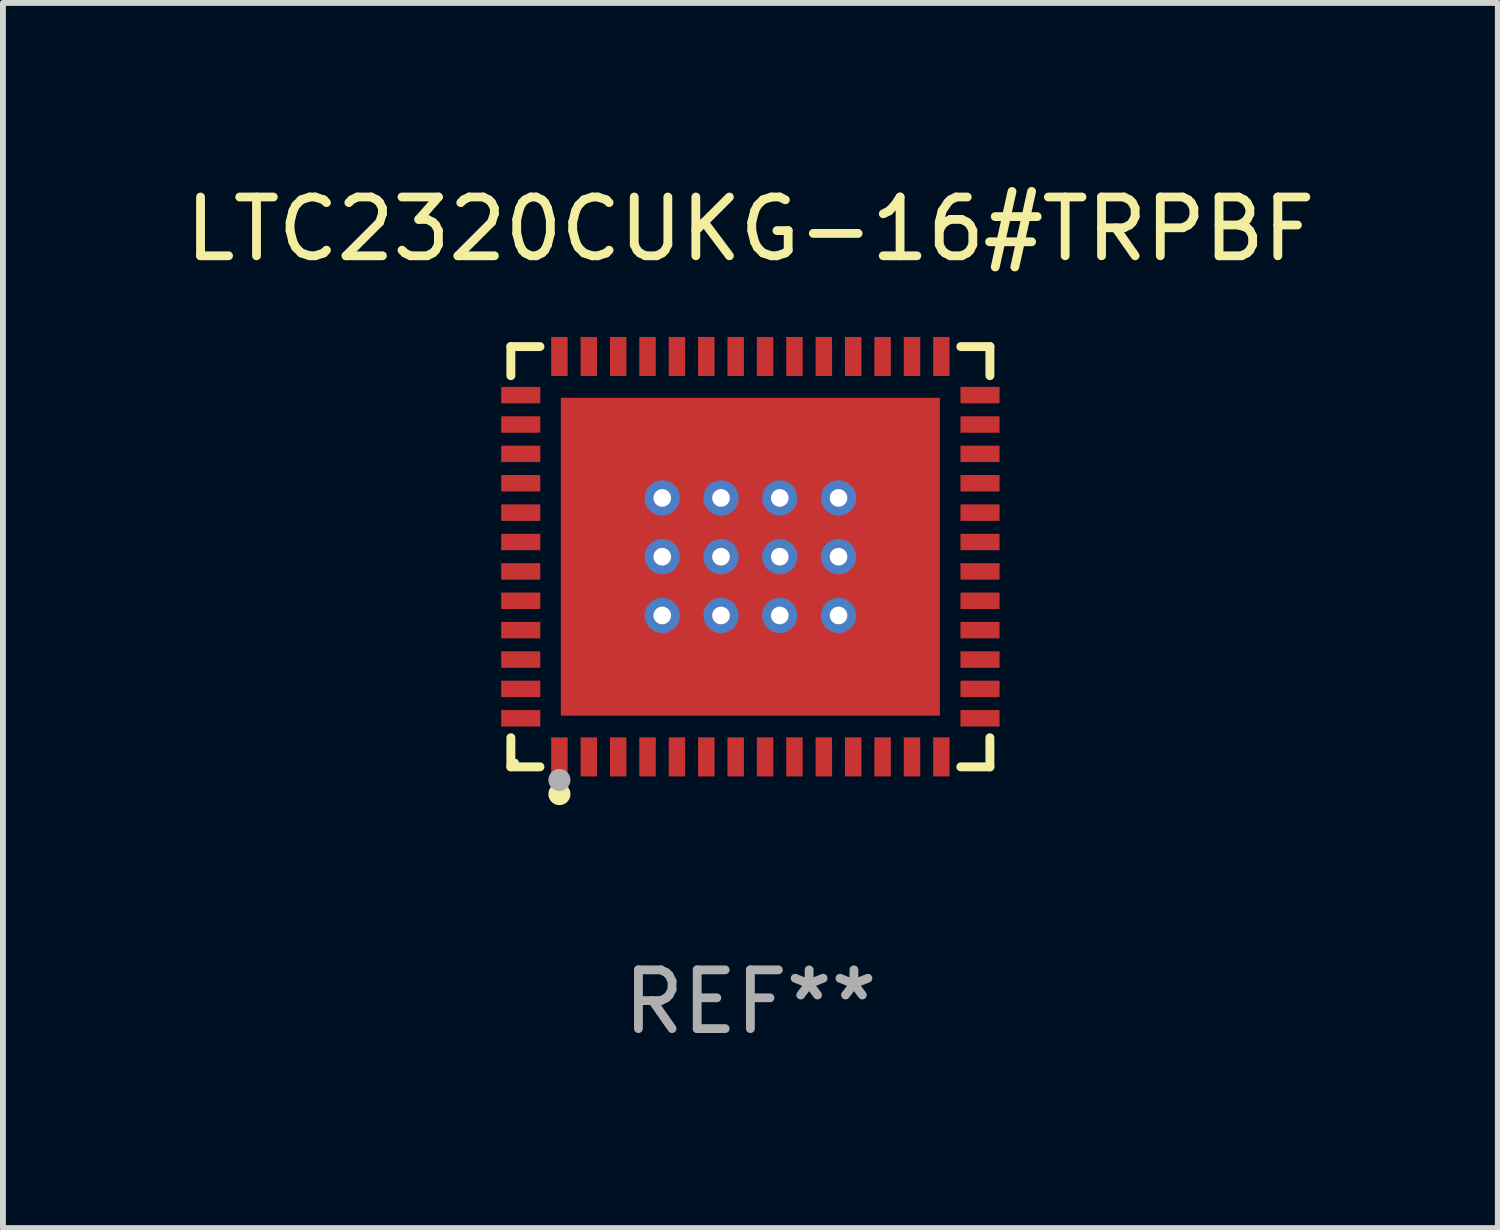
<source format=kicad_pcb>
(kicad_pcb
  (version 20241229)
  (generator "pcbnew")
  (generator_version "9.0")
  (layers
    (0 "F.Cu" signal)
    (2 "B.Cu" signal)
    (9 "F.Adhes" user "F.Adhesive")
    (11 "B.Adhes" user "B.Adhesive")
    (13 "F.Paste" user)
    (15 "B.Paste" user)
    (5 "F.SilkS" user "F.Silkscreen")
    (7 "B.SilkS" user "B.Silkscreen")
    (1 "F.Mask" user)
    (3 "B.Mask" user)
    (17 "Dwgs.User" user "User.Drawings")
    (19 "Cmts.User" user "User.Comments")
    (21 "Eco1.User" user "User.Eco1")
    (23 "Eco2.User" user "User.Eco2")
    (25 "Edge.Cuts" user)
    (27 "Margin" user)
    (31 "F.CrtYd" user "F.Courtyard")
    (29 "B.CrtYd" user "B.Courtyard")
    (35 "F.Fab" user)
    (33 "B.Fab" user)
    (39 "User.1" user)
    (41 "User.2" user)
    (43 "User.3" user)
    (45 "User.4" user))
  (footprint "LTC2320CUKG-16#TRPBF"
    (layer "F.Cu")
    (at 9.72 6.424)
    (property "Reference" "LTC2320CUKG-16#TRPBF" (at 0 -5.576 0) (layer "F.SilkS") (effects (font (size 1 1) (thickness 0.15))))
    (attr through_hole)
    (fp_line (start -4.076 -3.576) (end -3.581 -3.576) (stroke (width 0.152) (type solid)) (layer "F.SilkS"))
    (fp_line (start -4.076 -3.081) (end -4.076 -3.576) (stroke (width 0.152) (type solid)) (layer "F.SilkS"))
    (fp_line (start -4.076 3.081) (end -4.076 3.576) (stroke (width 0.152) (type solid)) (layer "F.SilkS"))
    (fp_line (start -4.076 3.576) (end -3.581 3.576) (stroke (width 0.152) (type solid)) (layer "F.SilkS"))
    (fp_line (start 4.076 -3.576) (end 3.581 -3.576) (stroke (width 0.152) (type solid)) (layer "F.SilkS"))
    (fp_line (start 4.076 -3.081) (end 4.076 -3.576) (stroke (width 0.152) (type solid)) (layer "F.SilkS"))
    (fp_line (start 4.076 3.081) (end 4.076 3.576) (stroke (width 0.152) (type solid)) (layer "F.SilkS"))
    (fp_line (start 4.076 3.576) (end 3.581 3.576) (stroke (width 0.152) (type solid)) (layer "F.SilkS"))
    (fp_circle (center -4 3.5) (end -3.97 3.5) (stroke (width 0.06) (type solid)) (fill no) (layer "F.SilkS"))
    (fp_circle (center -3.25 4.04) (end -3.156 4.04) (stroke (width 0.188) (type solid)) (fill no) (layer "F.SilkS"))
    (fp_circle (center -3.25 3.8) (end -3.156 3.8) (stroke (width 0.188) (type solid)) (fill no) (layer "F.Fab"))
    (fp_text user "REF**" (at 0 7.576 0) (layer "F.Fab") (effects (font (size 1 1) (thickness 0.15))))
    (pad "1" smd rect (at -3.25 3.407) (size 0.28 0.665) (layers "F.Cu" "F.Mask" "F.Paste"))
    (pad "2" smd rect (at -2.75 3.407) (size 0.28 0.665) (layers "F.Cu" "F.Mask" "F.Paste"))
    (pad "3" smd rect (at -2.25 3.407) (size 0.28 0.665) (layers "F.Cu" "F.Mask" "F.Paste"))
    (pad "4" smd rect (at -1.75 3.407) (size 0.28 0.665) (layers "F.Cu" "F.Mask" "F.Paste"))
    (pad "5" smd rect (at -1.25 3.407) (size 0.28 0.665) (layers "F.Cu" "F.Mask" "F.Paste"))
    (pad "6" smd rect (at -0.75 3.407) (size 0.28 0.665) (layers "F.Cu" "F.Mask" "F.Paste"))
    (pad "7" smd rect (at -0.25 3.407) (size 0.28 0.665) (layers "F.Cu" "F.Mask" "F.Paste"))
    (pad "8" smd rect (at 0.25 3.407) (size 0.28 0.665) (layers "F.Cu" "F.Mask" "F.Paste"))
    (pad "9" smd rect (at 0.75 3.407) (size 0.28 0.665) (layers "F.Cu" "F.Mask" "F.Paste"))
    (pad "10" smd rect (at 1.25 3.407) (size 0.28 0.665) (layers "F.Cu" "F.Mask" "F.Paste"))
    (pad "11" smd rect (at 1.75 3.407) (size 0.28 0.665) (layers "F.Cu" "F.Mask" "F.Paste"))
    (pad "12" smd rect (at 2.25 3.407) (size 0.28 0.665) (layers "F.Cu" "F.Mask" "F.Paste"))
    (pad "13" smd rect (at 2.75 3.407) (size 0.28 0.665) (layers "F.Cu" "F.Mask" "F.Paste"))
    (pad "14" smd rect (at 3.25 3.407) (size 0.28 0.665) (layers "F.Cu" "F.Mask" "F.Paste"))
    (pad "15" smd rect (at 3.908 2.75) (size 0.665 0.28) (layers "F.Cu" "F.Mask" "F.Paste"))
    (pad "16" smd rect (at 3.908 2.25) (size 0.665 0.28) (layers "F.Cu" "F.Mask" "F.Paste"))
    (pad "17" smd rect (at 3.908 1.75) (size 0.665 0.28) (layers "F.Cu" "F.Mask" "F.Paste"))
    (pad "18" smd rect (at 3.908 1.25) (size 0.665 0.28) (layers "F.Cu" "F.Mask" "F.Paste"))
    (pad "19" smd rect (at 3.908 0.75) (size 0.665 0.28) (layers "F.Cu" "F.Mask" "F.Paste"))
    (pad "20" smd rect (at 3.908 0.25) (size 0.665 0.28) (layers "F.Cu" "F.Mask" "F.Paste"))
    (pad "21" smd rect (at 3.908 -0.25) (size 0.665 0.28) (layers "F.Cu" "F.Mask" "F.Paste"))
    (pad "22" smd rect (at 3.908 -0.75) (size 0.665 0.28) (layers "F.Cu" "F.Mask" "F.Paste"))
    (pad "23" smd rect (at 3.908 -1.25) (size 0.665 0.28) (layers "F.Cu" "F.Mask" "F.Paste"))
    (pad "24" smd rect (at 3.908 -1.75) (size 0.665 0.28) (layers "F.Cu" "F.Mask" "F.Paste"))
    (pad "25" smd rect (at 3.908 -2.25) (size 0.665 0.28) (layers "F.Cu" "F.Mask" "F.Paste"))
    (pad "26" smd rect (at 3.908 -2.75) (size 0.665 0.28) (layers "F.Cu" "F.Mask" "F.Paste"))
    (pad "27" smd rect (at 3.25 -3.407) (size 0.28 0.665) (layers "F.Cu" "F.Mask" "F.Paste"))
    (pad "28" smd rect (at 2.75 -3.407) (size 0.28 0.665) (layers "F.Cu" "F.Mask" "F.Paste"))
    (pad "29" smd rect (at 2.25 -3.407) (size 0.28 0.665) (layers "F.Cu" "F.Mask" "F.Paste"))
    (pad "30" smd rect (at 1.75 -3.407) (size 0.28 0.665) (layers "F.Cu" "F.Mask" "F.Paste"))
    (pad "31" smd rect (at 1.25 -3.407) (size 0.28 0.665) (layers "F.Cu" "F.Mask" "F.Paste"))
    (pad "32" smd rect (at 0.75 -3.407) (size 0.28 0.665) (layers "F.Cu" "F.Mask" "F.Paste"))
    (pad "33" smd rect (at 0.25 -3.407) (size 0.28 0.665) (layers "F.Cu" "F.Mask" "F.Paste"))
    (pad "34" smd rect (at -0.25 -3.407) (size 0.28 0.665) (layers "F.Cu" "F.Mask" "F.Paste"))
    (pad "35" smd rect (at -0.75 -3.407) (size 0.28 0.665) (layers "F.Cu" "F.Mask" "F.Paste"))
    (pad "36" smd rect (at -1.25 -3.407) (size 0.28 0.665) (layers "F.Cu" "F.Mask" "F.Paste"))
    (pad "37" smd rect (at -1.75 -3.407) (size 0.28 0.665) (layers "F.Cu" "F.Mask" "F.Paste"))
    (pad "38" smd rect (at -2.25 -3.407) (size 0.28 0.665) (layers "F.Cu" "F.Mask" "F.Paste"))
    (pad "39" smd rect (at -2.75 -3.407) (size 0.28 0.665) (layers "F.Cu" "F.Mask" "F.Paste"))
    (pad "40" smd rect (at -3.25 -3.407) (size 0.28 0.665) (layers "F.Cu" "F.Mask" "F.Paste"))
    (pad "41" smd rect (at -3.908 -2.75) (size 0.665 0.28) (layers "F.Cu" "F.Mask" "F.Paste"))
    (pad "42" smd rect (at -3.908 -2.25) (size 0.665 0.28) (layers "F.Cu" "F.Mask" "F.Paste"))
    (pad "43" smd rect (at -3.908 -1.75) (size 0.665 0.28) (layers "F.Cu" "F.Mask" "F.Paste"))
    (pad "44" smd rect (at -3.908 -1.25) (size 0.665 0.28) (layers "F.Cu" "F.Mask" "F.Paste"))
    (pad "45" smd rect (at -3.908 -0.75) (size 0.665 0.28) (layers "F.Cu" "F.Mask" "F.Paste"))
    (pad "46" smd rect (at -3.908 -0.25) (size 0.665 0.28) (layers "F.Cu" "F.Mask" "F.Paste"))
    (pad "47" smd rect (at -3.908 0.25) (size 0.665 0.28) (layers "F.Cu" "F.Mask" "F.Paste"))
    (pad "48" smd rect (at -3.908 0.75) (size 0.665 0.28) (layers "F.Cu" "F.Mask" "F.Paste"))
    (pad "49" smd rect (at -3.908 1.25) (size 0.665 0.28) (layers "F.Cu" "F.Mask" "F.Paste"))
    (pad "50" smd rect (at -3.908 1.75) (size 0.665 0.28) (layers "F.Cu" "F.Mask" "F.Paste"))
    (pad "51" smd rect (at -3.908 2.25) (size 0.665 0.28) (layers "F.Cu" "F.Mask" "F.Paste"))
    (pad "52" smd rect (at -3.908 2.75) (size 0.665 0.28) (layers "F.Cu" "F.Mask" "F.Paste"))
    (pad "53" thru_hole circle (at -1.5 -1) (size 0.6 0.6) (drill 0.3) (layers "*.Cu" "*.Mask"))
    (pad "53" thru_hole circle (at -1.5 0) (size 0.6 0.6) (drill 0.3) (layers "*.Cu" "*.Mask"))
    (pad "53" thru_hole circle (at -1.5 1) (size 0.6 0.6) (drill 0.3) (layers "*.Cu" "*.Mask"))
    (pad "53" thru_hole circle (at -0.5 -1) (size 0.6 0.6) (drill 0.3) (layers "*.Cu" "*.Mask"))
    (pad "53" thru_hole circle (at -0.5 0) (size 0.6 0.6) (drill 0.3) (layers "*.Cu" "*.Mask"))
    (pad "53" thru_hole circle (at -0.5 1) (size 0.6 0.6) (drill 0.3) (layers "*.Cu" "*.Mask"))
    (pad "53" smd rect (at 0 0) (size 6.45 5.41) (layers "F.Cu" "F.Mask" "F.Paste"))
    (pad "53" thru_hole circle (at 0.5 -1) (size 0.6 0.6) (drill 0.3) (layers "*.Cu" "*.Mask"))
    (pad "53" thru_hole circle (at 0.5 0) (size 0.6 0.6) (drill 0.3) (layers "*.Cu" "*.Mask"))
    (pad "53" thru_hole circle (at 0.5 1) (size 0.6 0.6) (drill 0.3) (layers "*.Cu" "*.Mask"))
    (pad "53" thru_hole circle (at 1.5 -1) (size 0.6 0.6) (drill 0.3) (layers "*.Cu" "*.Mask"))
    (pad "53" thru_hole circle (at 1.5 0) (size 0.6 0.6) (drill 0.3) (layers "*.Cu" "*.Mask"))
    (pad "53" thru_hole circle (at 1.5 1) (size 0.6 0.6) (drill 0.3) (layers "*.Cu" "*.Mask")))
  (gr_rect
    (start -3 -3)
    (end 22.44 17.849)
    (stroke (width 0.1) (type default))
    (fill no)
    (layer "Edge.Cuts")))
</source>
